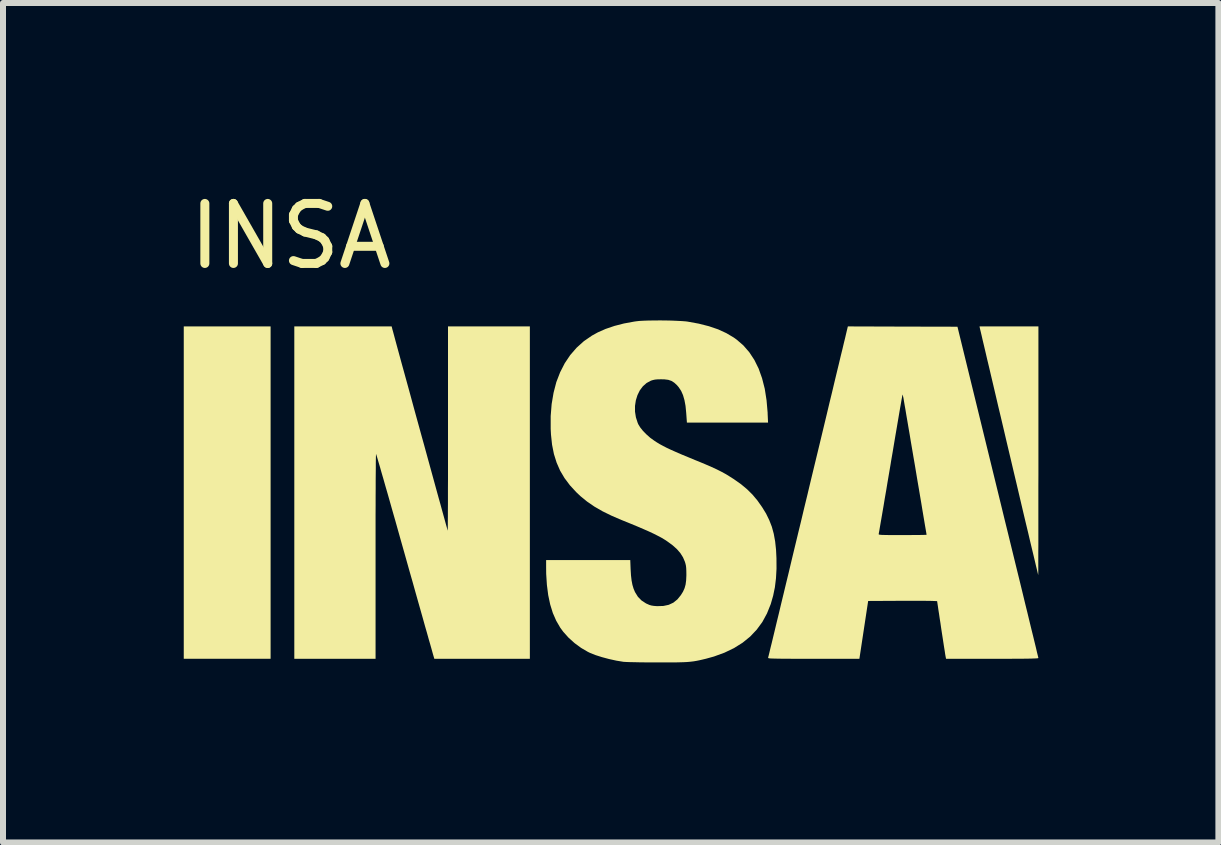
<source format=kicad_pcb>
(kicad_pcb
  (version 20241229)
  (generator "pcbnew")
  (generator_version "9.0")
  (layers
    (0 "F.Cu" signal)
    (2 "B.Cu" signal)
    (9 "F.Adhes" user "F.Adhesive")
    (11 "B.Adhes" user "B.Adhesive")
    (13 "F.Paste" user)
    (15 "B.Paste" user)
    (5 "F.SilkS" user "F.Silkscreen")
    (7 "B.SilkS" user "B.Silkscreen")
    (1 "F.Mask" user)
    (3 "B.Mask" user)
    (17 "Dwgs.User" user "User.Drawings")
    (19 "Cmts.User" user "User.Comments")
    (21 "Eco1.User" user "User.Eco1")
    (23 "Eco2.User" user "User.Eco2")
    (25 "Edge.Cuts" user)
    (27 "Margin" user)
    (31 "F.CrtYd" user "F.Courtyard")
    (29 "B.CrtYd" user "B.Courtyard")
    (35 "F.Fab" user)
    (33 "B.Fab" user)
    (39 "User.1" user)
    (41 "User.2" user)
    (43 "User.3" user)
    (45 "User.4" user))
  (footprint "INSA"
    (layer "F.Cu")
    (at 7.507 0.25)
    (property "Reference" "INSA" (at -5.715 0.635 0) (unlocked yes) (layer "F.SilkS") (effects (font (size 1 1) (thickness 0.15))))
    (fp_poly (pts (xy -6.048 7.677) (xy -7.495 7.677) (xy -7.495 2.139) (xy -6.048 2.139)) (stroke (width 0) (type solid)) (fill yes) (layer "F.SilkS"))
    (fp_poly (pts (xy 6.746 4.211) (xy 6.746 4.417) (xy 6.746 4.617) (xy 6.745 4.811) (xy 6.745 4.997) (xy 6.745 5.175) (xy 6.745 5.343) (xy 6.745 5.5) (xy 6.745 5.646) (xy 6.745 5.78) (xy 6.744 5.9) (xy 6.744 6.005) (xy 6.744 6.095) (xy 6.744 6.169) (xy 6.744 6.225) (xy 6.743 6.262) (xy 6.743 6.28) (xy 6.743 6.282) (xy 6.74 6.272) (xy 6.733 6.243) (xy 6.722 6.195) (xy 6.706 6.13) (xy 6.687 6.049) (xy 6.664 5.952) (xy 6.637 5.84) (xy 6.607 5.715) (xy 6.575 5.577) (xy 6.539 5.428) (xy 6.501 5.268) (xy 6.461 5.098) (xy 6.419 4.919) (xy 6.375 4.732) (xy 6.329 4.539) (xy 6.282 4.339) (xy 6.257 4.234) (xy 6.209 4.031) (xy 6.163 3.834) (xy 6.118 3.643) (xy 6.074 3.459) (xy 6.033 3.283) (xy 5.994 3.117) (xy 5.957 2.96) (xy 5.923 2.815) (xy 5.891 2.682) (xy 5.863 2.561) (xy 5.838 2.455) (xy 5.816 2.363) (xy 5.799 2.288) (xy 5.785 2.229) (xy 5.775 2.188) (xy 5.77 2.166) (xy 5.769 2.162) (xy 5.765 2.139) (xy 6.746 2.139)) (stroke (width 0) (type solid)) (fill yes) (layer "F.SilkS"))
    (fp_poly (pts (xy -4.024 2.166) (xy -4.019 2.187) (xy -4.008 2.225) (xy -3.993 2.281) (xy -3.974 2.352) (xy -3.951 2.437) (xy -3.924 2.536) (xy -3.894 2.646) (xy -3.861 2.767) (xy -3.825 2.897) (xy -3.787 3.035) (xy -3.747 3.18) (xy -3.706 3.33) (xy -3.664 3.485) (xy -3.621 3.642) (xy -3.577 3.801) (xy -3.533 3.961) (xy -3.489 4.119) (xy -3.446 4.276) (xy -3.404 4.429) (xy -3.363 4.578) (xy -3.324 4.72) (xy -3.287 4.855) (xy -3.252 4.982) (xy -3.219 5.1) (xy -3.19 5.206) (xy -3.164 5.3) (xy -3.142 5.38) (xy -3.124 5.446) (xy -3.11 5.495) (xy -3.101 5.528) (xy -3.097 5.541) (xy -3.097 5.542) (xy -3.096 5.532) (xy -3.096 5.502) (xy -3.095 5.454) (xy -3.095 5.389) (xy -3.094 5.307) (xy -3.094 5.209) (xy -3.093 5.097) (xy -3.093 4.972) (xy -3.093 4.835) (xy -3.092 4.687) (xy -3.092 4.529) (xy -3.092 4.362) (xy -3.092 4.187) (xy -3.092 4.005) (xy -3.092 3.843) (xy -3.092 2.139) (xy -1.728 2.139) (xy -1.728 7.677) (xy -3.32 7.677) (xy -3.339 7.612) (xy -3.344 7.595) (xy -3.354 7.559) (xy -3.369 7.505) (xy -3.389 7.434) (xy -3.414 7.348) (xy -3.442 7.247) (xy -3.475 7.133) (xy -3.51 7.007) (xy -3.549 6.869) (xy -3.591 6.721) (xy -3.635 6.565) (xy -3.681 6.4) (xy -3.73 6.229) (xy -3.78 6.051) (xy -3.821 5.905) (xy -3.872 5.725) (xy -3.921 5.551) (xy -3.968 5.383) (xy -4.014 5.223) (xy -4.057 5.071) (xy -4.097 4.93) (xy -4.135 4.799) (xy -4.169 4.679) (xy -4.2 4.573) (xy -4.226 4.48) (xy -4.249 4.403) (xy -4.267 4.341) (xy -4.28 4.297) (xy -4.289 4.27) (xy -4.291 4.263) (xy -4.292 4.273) (xy -4.293 4.303) (xy -4.294 4.351) (xy -4.295 4.418) (xy -4.295 4.5) (xy -4.296 4.598) (xy -4.297 4.71) (xy -4.297 4.836) (xy -4.298 4.974) (xy -4.298 5.122) (xy -4.299 5.281) (xy -4.299 5.448) (xy -4.299 5.623) (xy -4.299 5.805) (xy -4.299 5.97) (xy -4.299 7.677) (xy -5.653 7.677) (xy -5.653 2.139) (xy -4.031 2.139)) (stroke (width 0) (type solid)) (fill yes) (layer "F.SilkS"))
    (fp_poly (pts (xy 4.484 2.142) (xy 5.397 2.144) (xy 6.071 4.898) (xy 6.128 5.132) (xy 6.184 5.362) (xy 6.239 5.585) (xy 6.292 5.802) (xy 6.343 6.011) (xy 6.392 6.211) (xy 6.439 6.402) (xy 6.483 6.583) (xy 6.524 6.753) (xy 6.563 6.911) (xy 6.598 7.056) (xy 6.63 7.188) (xy 6.659 7.305) (xy 6.684 7.408) (xy 6.705 7.494) (xy 6.721 7.564) (xy 6.734 7.616) (xy 6.742 7.649) (xy 6.745 7.664) (xy 6.745 7.664) (xy 6.741 7.667) (xy 6.729 7.669) (xy 6.707 7.671) (xy 6.673 7.672) (xy 6.628 7.674) (xy 6.569 7.675) (xy 6.496 7.676) (xy 6.407 7.676) (xy 6.301 7.677) (xy 6.177 7.677) (xy 6.034 7.677) (xy 5.976 7.677) (xy 5.207 7.677) (xy 5.201 7.648) (xy 5.198 7.632) (xy 5.192 7.598) (xy 5.185 7.549) (xy 5.175 7.488) (xy 5.164 7.417) (xy 5.152 7.338) (xy 5.139 7.255) (xy 5.126 7.17) (xy 5.114 7.086) (xy 5.101 7.004) (xy 5.09 6.928) (xy 5.079 6.859) (xy 5.071 6.802) (xy 5.064 6.757) (xy 5.06 6.729) (xy 5.059 6.719) (xy 5.049 6.716) (xy 5.019 6.715) (xy 4.97 6.713) (xy 4.903 6.712) (xy 4.818 6.711) (xy 4.718 6.711) (xy 4.602 6.711) (xy 4.484 6.711) (xy 3.909 6.714) (xy 3.836 7.196) (xy 3.763 7.677) (xy 3 7.677) (xy 2.856 7.677) (xy 2.731 7.677) (xy 2.624 7.677) (xy 2.533 7.676) (xy 2.458 7.676) (xy 2.397 7.675) (xy 2.349 7.674) (xy 2.311 7.673) (xy 2.283 7.672) (xy 2.264 7.67) (xy 2.252 7.668) (xy 2.245 7.665) (xy 2.242 7.662) (xy 2.242 7.659) (xy 2.242 7.659) (xy 2.245 7.647) (xy 2.253 7.616) (xy 2.265 7.567) (xy 2.281 7.499) (xy 2.302 7.415) (xy 2.326 7.315) (xy 2.354 7.199) (xy 2.385 7.069) (xy 2.42 6.926) (xy 2.457 6.77) (xy 2.498 6.601) (xy 2.541 6.422) (xy 2.587 6.233) (xy 2.634 6.034) (xy 2.684 5.826) (xy 2.736 5.611) (xy 2.738 5.602) (xy 4.084 5.602) (xy 4.088 5.606) (xy 4.096 5.609) (xy 4.112 5.611) (xy 4.138 5.613) (xy 4.174 5.614) (xy 4.224 5.615) (xy 4.288 5.616) (xy 4.37 5.616) (xy 4.47 5.616) (xy 4.481 5.616) (xy 4.57 5.616) (xy 4.652 5.615) (xy 4.725 5.615) (xy 4.787 5.614) (xy 4.835 5.613) (xy 4.868 5.612) (xy 4.882 5.611) (xy 4.882 5.611) (xy 4.881 5.6) (xy 4.876 5.57) (xy 4.868 5.523) (xy 4.857 5.46) (xy 4.844 5.382) (xy 4.829 5.293) (xy 4.812 5.192) (xy 4.794 5.082) (xy 4.774 4.964) (xy 4.753 4.84) (xy 4.731 4.712) (xy 4.709 4.58) (xy 4.687 4.448) (xy 4.664 4.315) (xy 4.642 4.185) (xy 4.62 4.057) (xy 4.6 3.935) (xy 4.58 3.82) (xy 4.562 3.713) (xy 4.545 3.615) (xy 4.531 3.529) (xy 4.518 3.456) (xy 4.508 3.398) (xy 4.501 3.356) (xy 4.497 3.332) (xy 4.496 3.327) (xy 4.489 3.298) (xy 4.484 3.279) (xy 4.481 3.276) (xy 4.479 3.286) (xy 4.474 3.316) (xy 4.465 3.364) (xy 4.454 3.428) (xy 4.44 3.507) (xy 4.424 3.601) (xy 4.406 3.707) (xy 4.386 3.825) (xy 4.364 3.953) (xy 4.341 4.09) (xy 4.317 4.234) (xy 4.291 4.384) (xy 4.284 4.429) (xy 4.258 4.582) (xy 4.233 4.728) (xy 4.21 4.868) (xy 4.187 4.999) (xy 4.167 5.121) (xy 4.148 5.232) (xy 4.131 5.331) (xy 4.116 5.417) (xy 4.104 5.487) (xy 4.095 5.541) (xy 4.088 5.578) (xy 4.085 5.596) (xy 4.085 5.598) (xy 4.084 5.602) (xy 2.738 5.602) (xy 2.79 5.389) (xy 2.844 5.161) (xy 2.901 4.927) (xy 2.904 4.913) (xy 2.96 4.679) (xy 3.015 4.451) (xy 3.069 4.228) (xy 3.121 4.012) (xy 3.171 3.804) (xy 3.219 3.604) (xy 3.264 3.414) (xy 3.308 3.234) (xy 3.348 3.065) (xy 3.386 2.907) (xy 3.421 2.763) (xy 3.452 2.632) (xy 3.481 2.515) (xy 3.505 2.413) (xy 3.526 2.328) (xy 3.542 2.259) (xy 3.554 2.208) (xy 3.562 2.176) (xy 3.565 2.162) (xy 3.565 2.162) (xy 3.571 2.139)) (stroke (width 0) (type solid)) (fill yes) (layer "F.SilkS"))
    (fp_poly (pts (xy 0.538 2.04) (xy 0.635 2.042) (xy 0.724 2.046) (xy 0.804 2.05) (xy 0.869 2.055) (xy 0.9 2.059) (xy 1.087 2.093) (xy 1.256 2.136) (xy 1.409 2.188) (xy 1.546 2.251) (xy 1.669 2.324) (xy 1.719 2.36) (xy 1.83 2.456) (xy 1.928 2.569) (xy 2.013 2.698) (xy 2.084 2.842) (xy 2.141 3.002) (xy 2.186 3.178) (xy 2.216 3.37) (xy 2.234 3.577) (xy 2.234 3.591) (xy 2.241 3.742) (xy 0.889 3.742) (xy 0.877 3.578) (xy 0.866 3.464) (xy 0.848 3.367) (xy 0.824 3.284) (xy 0.793 3.214) (xy 0.752 3.152) (xy 0.722 3.117) (xy 0.677 3.076) (xy 0.631 3.047) (xy 0.578 3.029) (xy 0.513 3.021) (xy 0.458 3.02) (xy 0.401 3.021) (xy 0.357 3.025) (xy 0.321 3.033) (xy 0.289 3.043) (xy 0.217 3.082) (xy 0.155 3.137) (xy 0.104 3.205) (xy 0.065 3.284) (xy 0.038 3.371) (xy 0.024 3.463) (xy 0.024 3.559) (xy 0.039 3.654) (xy 0.069 3.747) (xy 0.079 3.77) (xy 0.111 3.822) (xy 0.157 3.88) (xy 0.214 3.938) (xy 0.277 3.994) (xy 0.302 4.012) (xy 0.345 4.043) (xy 0.389 4.072) (xy 0.437 4.101) (xy 0.491 4.13) (xy 0.551 4.161) (xy 0.621 4.194) (xy 0.702 4.23) (xy 0.796 4.271) (xy 0.905 4.316) (xy 1.03 4.368) (xy 1.083 4.389) (xy 1.2 4.438) (xy 1.301 4.482) (xy 1.39 4.523) (xy 1.469 4.563) (xy 1.542 4.603) (xy 1.613 4.647) (xy 1.671 4.684) (xy 1.79 4.768) (xy 1.892 4.853) (xy 1.982 4.942) (xy 2.064 5.04) (xy 2.141 5.149) (xy 2.208 5.258) (xy 2.261 5.367) (xy 2.304 5.477) (xy 2.336 5.594) (xy 2.359 5.721) (xy 2.374 5.86) (xy 2.381 6.001) (xy 2.382 6.176) (xy 2.373 6.337) (xy 2.355 6.485) (xy 2.326 6.626) (xy 2.287 6.762) (xy 2.285 6.768) (xy 2.223 6.922) (xy 2.146 7.064) (xy 2.052 7.192) (xy 1.942 7.308) (xy 1.816 7.41) (xy 1.674 7.499) (xy 1.516 7.575) (xy 1.341 7.639) (xy 1.208 7.676) (xy 1.149 7.69) (xy 1.097 7.702) (xy 1.047 7.712) (xy 0.999 7.72) (xy 0.949 7.726) (xy 0.894 7.731) (xy 0.833 7.734) (xy 0.763 7.736) (xy 0.68 7.738) (xy 0.584 7.738) (xy 0.471 7.738) (xy 0.383 7.738) (xy 0.282 7.738) (xy 0.185 7.737) (xy 0.095 7.736) (xy 0.014 7.734) (xy -0.055 7.733) (xy -0.11 7.731) (xy -0.149 7.729) (xy -0.167 7.728) (xy -0.288 7.708) (xy -0.41 7.681) (xy -0.526 7.65) (xy -0.633 7.616) (xy -0.726 7.579) (xy -0.761 7.562) (xy -0.874 7.496) (xy -0.983 7.416) (xy -1.084 7.325) (xy -1.171 7.228) (xy -1.221 7.16) (xy -1.289 7.043) (xy -1.345 6.915) (xy -1.389 6.773) (xy -1.422 6.618) (xy -1.444 6.447) (xy -1.456 6.261) (xy -1.457 6.149) (xy -1.457 6.032) (xy -0.055 6.032) (xy -0.049 6.186) (xy -0.043 6.287) (xy -0.033 6.372) (xy -0.019 6.445) (xy 0.000099 6.509) (xy 0.025 6.568) (xy 0.026 6.569) (xy 0.073 6.645) (xy 0.133 6.706) (xy 0.208 6.755) (xy 0.226 6.763) (xy 0.264 6.78) (xy 0.299 6.79) (xy 0.338 6.796) (xy 0.39 6.8) (xy 0.396 6.8) (xy 0.497 6.797) (xy 0.586 6.778) (xy 0.663 6.742) (xy 0.73 6.688) (xy 0.787 6.618) (xy 0.824 6.559) (xy 0.85 6.501) (xy 0.867 6.44) (xy 0.876 6.371) (xy 0.88 6.287) (xy 0.88 6.272) (xy 0.879 6.21) (xy 0.877 6.164) (xy 0.873 6.128) (xy 0.866 6.096) (xy 0.856 6.063) (xy 0.856 6.062) (xy 0.824 5.987) (xy 0.78 5.917) (xy 0.724 5.852) (xy 0.652 5.787) (xy 0.562 5.721) (xy 0.515 5.69) (xy 0.463 5.659) (xy 0.404 5.628) (xy 0.337 5.594) (xy 0.258 5.557) (xy 0.167 5.517) (xy 0.062 5.472) (xy -0.059 5.422) (xy -0.197 5.366) (xy -0.198 5.366) (xy -0.367 5.293) (xy -0.518 5.219) (xy -0.653 5.141) (xy -0.774 5.058) (xy -0.883 4.969) (xy -0.953 4.903) (xy -1.06 4.787) (xy -1.15 4.667) (xy -1.224 4.542) (xy -1.282 4.409) (xy -1.327 4.266) (xy -1.358 4.111) (xy -1.376 3.942) (xy -1.381 3.846) (xy -1.381 3.634) (xy -1.365 3.433) (xy -1.333 3.244) (xy -1.287 3.067) (xy -1.224 2.904) (xy -1.147 2.753) (xy -1.055 2.616) (xy -0.949 2.494) (xy -0.828 2.385) (xy -0.693 2.292) (xy -0.597 2.239) (xy -0.466 2.181) (xy -0.319 2.131) (xy -0.16 2.09) (xy 0.008 2.059) (xy 0.042 2.054) (xy 0.095 2.048) (xy 0.166 2.044) (xy 0.249 2.041) (xy 0.341 2.04) (xy 0.439 2.039)) (stroke (width 0) (type solid)) (fill yes) (layer "F.SilkS")))
  (gr_rect
    (start -3 -3)
    (end 17.252 10.988)
    (stroke (width 0.1) (type default))
    (fill no)
    (layer "Edge.Cuts")))
</source>
